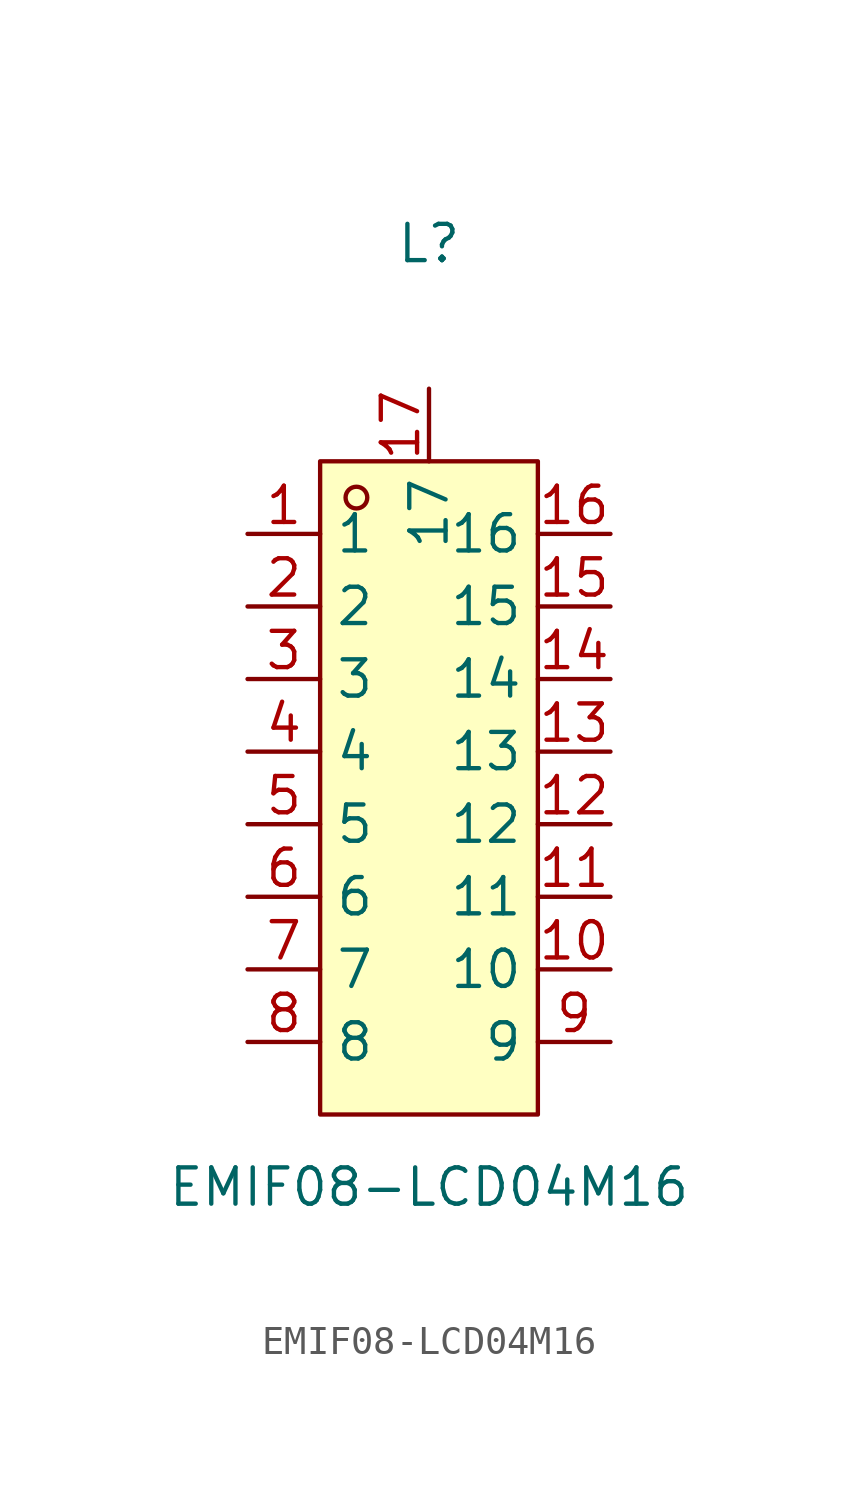
<source format=kicad_sym>
(kicad_symbol_lib
  (version 20211014)
  (generator https://github.com/uPesy/easyeda2kicad.py)
  (symbol "EMIF08-LCD04M16"
    (property "Reference" "L"
      (at 0 19.05 0)
      (effects (font (size 1.27 1.27))))
    (property "Value" "EMIF08-LCD04M16"
      (at 0 -13.97 0)
      (effects (font (size 1.27 1.27))))
    (symbol "EMIF08-LCD04M16_0_1"
      (rectangle (start -3.81 11.43) (end 3.81 -11.43) (stroke (width 0) (type default) (color 0 0 0 0)) (fill (type background)))
      (circle (center -2.54 10.16) (radius 0.38) (stroke (width 0) (type default) (color 0 0 0 0)) (fill (type none)))
      (pin unspecified line (at -6.35 8.89 0) (length 2.54) (name "1" (effects (font (size 1.27 1.27)))) (number "1" (effects (font (size 1.27 1.27)))))
      (pin unspecified line (at -6.35 6.35 0) (length 2.54) (name "2" (effects (font (size 1.27 1.27)))) (number "2" (effects (font (size 1.27 1.27)))))
      (pin unspecified line (at -6.35 3.81 0) (length 2.54) (name "3" (effects (font (size 1.27 1.27)))) (number "3" (effects (font (size 1.27 1.27)))))
      (pin unspecified line (at -6.35 1.27 0) (length 2.54) (name "4" (effects (font (size 1.27 1.27)))) (number "4" (effects (font (size 1.27 1.27)))))
      (pin unspecified line (at -6.35 -1.27 0) (length 2.54) (name "5" (effects (font (size 1.27 1.27)))) (number "5" (effects (font (size 1.27 1.27)))))
      (pin unspecified line (at -6.35 -3.81 0) (length 2.54) (name "6" (effects (font (size 1.27 1.27)))) (number "6" (effects (font (size 1.27 1.27)))))
      (pin unspecified line (at -6.35 -6.35 0) (length 2.54) (name "7" (effects (font (size 1.27 1.27)))) (number "7" (effects (font (size 1.27 1.27)))))
      (pin unspecified line (at -6.35 -8.89 0) (length 2.54) (name "8" (effects (font (size 1.27 1.27)))) (number "8" (effects (font (size 1.27 1.27)))))
      (pin unspecified line (at 6.35 -8.89 180) (length 2.54) (name "9" (effects (font (size 1.27 1.27)))) (number "9" (effects (font (size 1.27 1.27)))))
      (pin unspecified line (at 6.35 -6.35 180) (length 2.54) (name "10" (effects (font (size 1.27 1.27)))) (number "10" (effects (font (size 1.27 1.27)))))
      (pin unspecified line (at 6.35 -3.81 180) (length 2.54) (name "11" (effects (font (size 1.27 1.27)))) (number "11" (effects (font (size 1.27 1.27)))))
      (pin unspecified line (at 6.35 -1.27 180) (length 2.54) (name "12" (effects (font (size 1.27 1.27)))) (number "12" (effects (font (size 1.27 1.27)))))
      (pin unspecified line (at 6.35 1.27 180) (length 2.54) (name "13" (effects (font (size 1.27 1.27)))) (number "13" (effects (font (size 1.27 1.27)))))
      (pin unspecified line (at 6.35 3.81 180) (length 2.54) (name "14" (effects (font (size 1.27 1.27)))) (number "14" (effects (font (size 1.27 1.27)))))
      (pin unspecified line (at 6.35 6.35 180) (length 2.54) (name "15" (effects (font (size 1.27 1.27)))) (number "15" (effects (font (size 1.27 1.27)))))
      (pin unspecified line (at 6.35 8.89 180) (length 2.54) (name "16" (effects (font (size 1.27 1.27)))) (number "16" (effects (font (size 1.27 1.27)))))
      (pin unspecified line (at 0.00 13.97 270) (length 2.54) (name "17" (effects (font (size 1.27 1.27)))) (number "17" (effects (font (size 1.27 1.27))))))))
</source>
